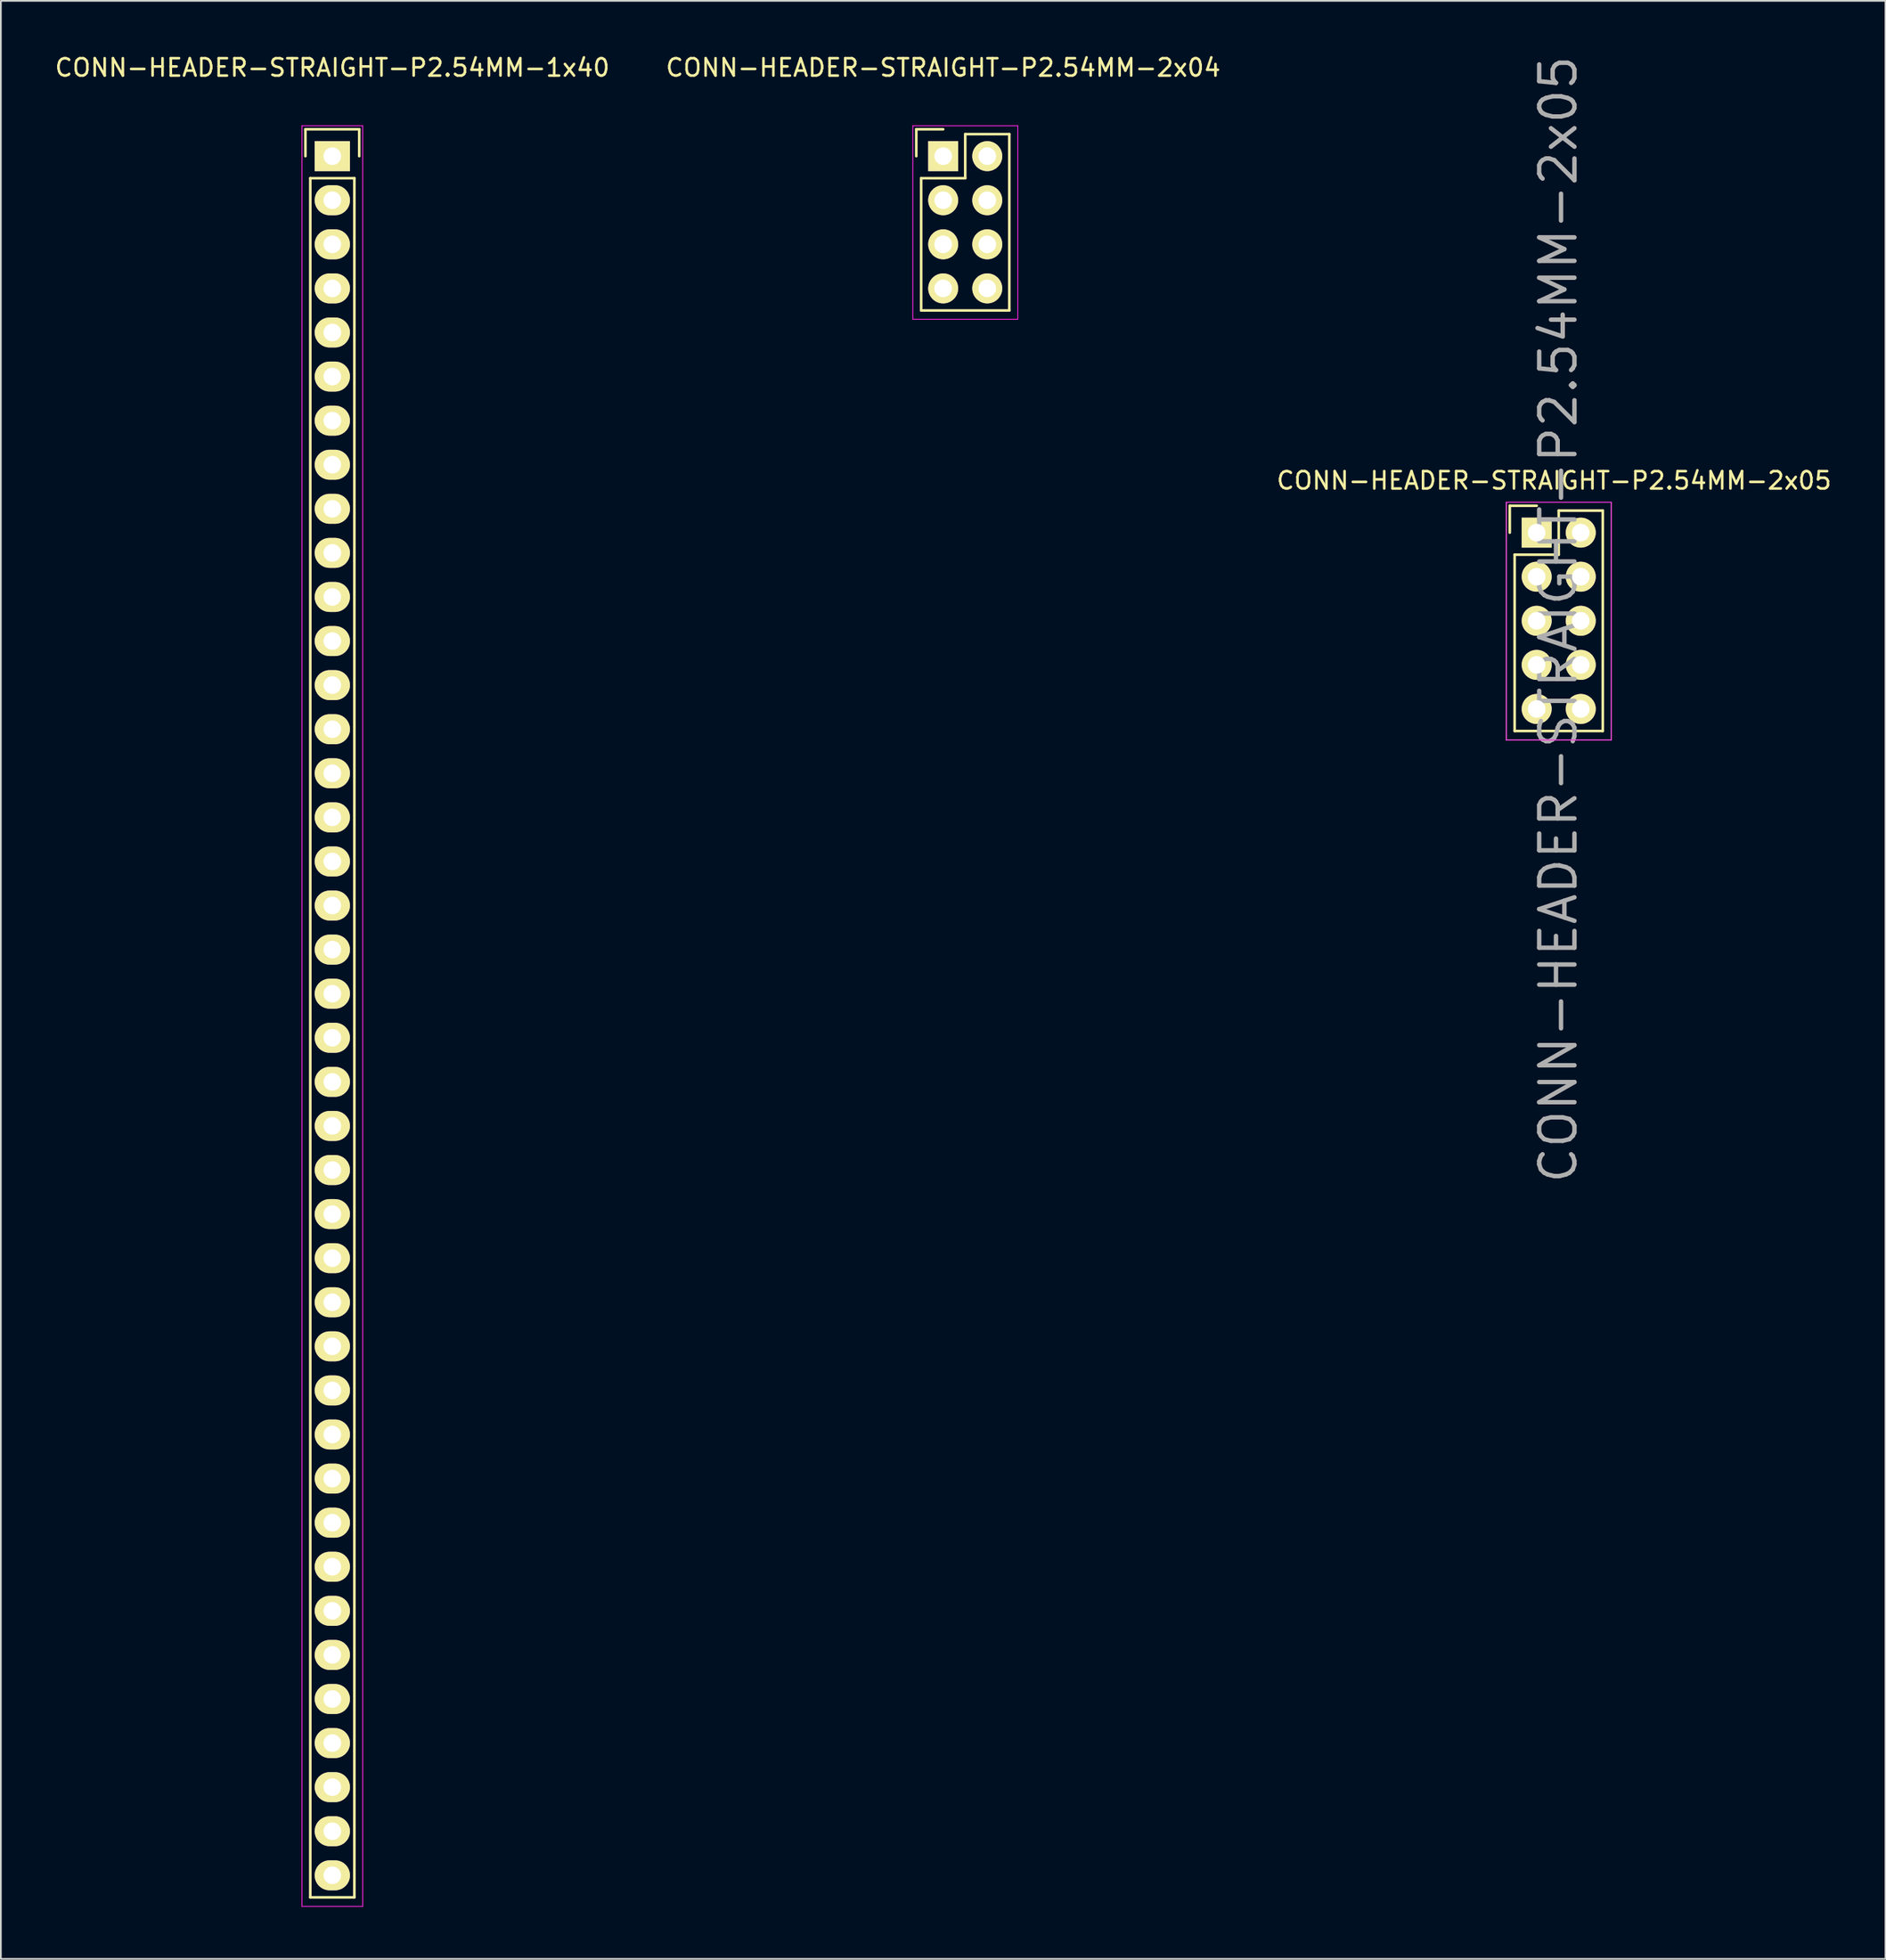
<source format=kicad_pcb>
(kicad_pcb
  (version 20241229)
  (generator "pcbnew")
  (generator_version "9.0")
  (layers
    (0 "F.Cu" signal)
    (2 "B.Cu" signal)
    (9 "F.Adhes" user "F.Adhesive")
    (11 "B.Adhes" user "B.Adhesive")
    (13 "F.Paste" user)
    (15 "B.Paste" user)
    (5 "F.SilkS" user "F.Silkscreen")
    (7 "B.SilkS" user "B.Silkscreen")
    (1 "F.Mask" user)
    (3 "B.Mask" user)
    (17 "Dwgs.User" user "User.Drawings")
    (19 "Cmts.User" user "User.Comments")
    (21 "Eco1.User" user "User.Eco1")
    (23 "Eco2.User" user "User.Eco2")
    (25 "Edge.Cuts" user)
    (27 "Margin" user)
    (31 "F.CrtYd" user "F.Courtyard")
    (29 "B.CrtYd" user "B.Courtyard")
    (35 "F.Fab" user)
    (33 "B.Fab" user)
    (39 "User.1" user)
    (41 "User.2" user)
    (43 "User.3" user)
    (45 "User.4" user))
  (footprint "CONN-HEADER-STRAIGHT-P2.54MM-1x40"
    (layer "F.Cu")
    (at 16.101 5.948)
    (property "Reference" "CONN-HEADER-STRAIGHT-P2.54MM-1x40" (at 0 -5.1 0) (layer "F.SilkS") (effects (font (size 1 1) (thickness 0.15))))
    (attr through_hole)
    (fp_line (start -1.55 -1.55) (end 1.55 -1.55) (stroke (width 0.15) (type solid)) (layer "F.SilkS"))
    (fp_line (start -1.55 0) (end -1.55 -1.55) (stroke (width 0.15) (type solid)) (layer "F.SilkS"))
    (fp_line (start -1.27 1.27) (end -1.27 100.33) (stroke (width 0.15) (type solid)) (layer "F.SilkS"))
    (fp_line (start -1.27 100.33) (end 1.27 100.33) (stroke (width 0.15) (type solid)) (layer "F.SilkS"))
    (fp_line (start 1.27 1.27) (end -1.27 1.27) (stroke (width 0.15) (type solid)) (layer "F.SilkS"))
    (fp_line (start 1.27 100.33) (end 1.27 1.27) (stroke (width 0.15) (type solid)) (layer "F.SilkS"))
    (fp_line (start 1.55 -1.55) (end 1.55 0) (stroke (width 0.15) (type solid)) (layer "F.SilkS"))
    (fp_line (start -1.75 -1.75) (end -1.75 100.85) (stroke (width 0.05) (type solid)) (layer "F.CrtYd"))
    (fp_line (start -1.75 -1.75) (end 1.75 -1.75) (stroke (width 0.05) (type solid)) (layer "F.CrtYd"))
    (fp_line (start -1.75 100.85) (end 1.75 100.85) (stroke (width 0.05) (type solid)) (layer "F.CrtYd"))
    (fp_line (start 1.75 -1.75) (end 1.75 100.85) (stroke (width 0.05) (type solid)) (layer "F.CrtYd"))
    (pad "1" thru_hole rect (at 0 0) (size 2.032 1.727) (drill 1.016) (layers "*.Cu" "*.Mask" "F.SilkS"))
    (pad "2" thru_hole oval (at 0 2.54) (size 2.032 1.727) (drill 1.016) (layers "*.Cu" "*.Mask" "F.SilkS"))
    (pad "3" thru_hole oval (at 0 5.08) (size 2.032 1.727) (drill 1.016) (layers "*.Cu" "*.Mask" "F.SilkS"))
    (pad "4" thru_hole oval (at 0 7.62) (size 2.032 1.727) (drill 1.016) (layers "*.Cu" "*.Mask" "F.SilkS"))
    (pad "5" thru_hole oval (at 0 10.16) (size 2.032 1.727) (drill 1.016) (layers "*.Cu" "*.Mask" "F.SilkS"))
    (pad "6" thru_hole oval (at 0 12.7) (size 2.032 1.727) (drill 1.016) (layers "*.Cu" "*.Mask" "F.SilkS"))
    (pad "7" thru_hole oval (at 0 15.24) (size 2.032 1.727) (drill 1.016) (layers "*.Cu" "*.Mask" "F.SilkS"))
    (pad "8" thru_hole oval (at 0 17.78) (size 2.032 1.727) (drill 1.016) (layers "*.Cu" "*.Mask" "F.SilkS"))
    (pad "9" thru_hole oval (at 0 20.32) (size 2.032 1.727) (drill 1.016) (layers "*.Cu" "*.Mask" "F.SilkS"))
    (pad "10" thru_hole oval (at 0 22.86) (size 2.032 1.727) (drill 1.016) (layers "*.Cu" "*.Mask" "F.SilkS"))
    (pad "11" thru_hole oval (at 0 25.4) (size 2.032 1.727) (drill 1.016) (layers "*.Cu" "*.Mask" "F.SilkS"))
    (pad "12" thru_hole oval (at 0 27.94) (size 2.032 1.727) (drill 1.016) (layers "*.Cu" "*.Mask" "F.SilkS"))
    (pad "13" thru_hole oval (at 0 30.48) (size 2.032 1.727) (drill 1.016) (layers "*.Cu" "*.Mask" "F.SilkS"))
    (pad "14" thru_hole oval (at 0 33.02) (size 2.032 1.727) (drill 1.016) (layers "*.Cu" "*.Mask" "F.SilkS"))
    (pad "15" thru_hole oval (at 0 35.56) (size 2.032 1.727) (drill 1.016) (layers "*.Cu" "*.Mask" "F.SilkS"))
    (pad "16" thru_hole oval (at 0 38.1) (size 2.032 1.727) (drill 1.016) (layers "*.Cu" "*.Mask" "F.SilkS"))
    (pad "17" thru_hole oval (at 0 40.64) (size 2.032 1.727) (drill 1.016) (layers "*.Cu" "*.Mask" "F.SilkS"))
    (pad "18" thru_hole oval (at 0 43.18) (size 2.032 1.727) (drill 1.016) (layers "*.Cu" "*.Mask" "F.SilkS"))
    (pad "19" thru_hole oval (at 0 45.72) (size 2.032 1.727) (drill 1.016) (layers "*.Cu" "*.Mask" "F.SilkS"))
    (pad "20" thru_hole oval (at 0 48.26) (size 2.032 1.727) (drill 1.016) (layers "*.Cu" "*.Mask" "F.SilkS"))
    (pad "21" thru_hole oval (at 0 50.8) (size 2.032 1.727) (drill 1.016) (layers "*.Cu" "*.Mask" "F.SilkS"))
    (pad "22" thru_hole oval (at 0 53.34) (size 2.032 1.727) (drill 1.016) (layers "*.Cu" "*.Mask" "F.SilkS"))
    (pad "23" thru_hole oval (at 0 55.88) (size 2.032 1.727) (drill 1.016) (layers "*.Cu" "*.Mask" "F.SilkS"))
    (pad "24" thru_hole oval (at 0 58.42) (size 2.032 1.727) (drill 1.016) (layers "*.Cu" "*.Mask" "F.SilkS"))
    (pad "25" thru_hole oval (at 0 60.96) (size 2.032 1.727) (drill 1.016) (layers "*.Cu" "*.Mask" "F.SilkS"))
    (pad "26" thru_hole oval (at 0 63.5) (size 2.032 1.727) (drill 1.016) (layers "*.Cu" "*.Mask" "F.SilkS"))
    (pad "27" thru_hole oval (at 0 66.04) (size 2.032 1.727) (drill 1.016) (layers "*.Cu" "*.Mask" "F.SilkS"))
    (pad "28" thru_hole oval (at 0 68.58) (size 2.032 1.727) (drill 1.016) (layers "*.Cu" "*.Mask" "F.SilkS"))
    (pad "29" thru_hole oval (at 0 71.12) (size 2.032 1.727) (drill 1.016) (layers "*.Cu" "*.Mask" "F.SilkS"))
    (pad "30" thru_hole oval (at 0 73.66) (size 2.032 1.727) (drill 1.016) (layers "*.Cu" "*.Mask" "F.SilkS"))
    (pad "31" thru_hole oval (at 0 76.2) (size 2.032 1.727) (drill 1.016) (layers "*.Cu" "*.Mask" "F.SilkS"))
    (pad "32" thru_hole oval (at 0 78.74) (size 2.032 1.727) (drill 1.016) (layers "*.Cu" "*.Mask" "F.SilkS"))
    (pad "33" thru_hole oval (at 0 81.28) (size 2.032 1.727) (drill 1.016) (layers "*.Cu" "*.Mask" "F.SilkS"))
    (pad "34" thru_hole oval (at 0 83.82) (size 2.032 1.727) (drill 1.016) (layers "*.Cu" "*.Mask" "F.SilkS"))
    (pad "35" thru_hole oval (at 0 86.36) (size 2.032 1.727) (drill 1.016) (layers "*.Cu" "*.Mask" "F.SilkS"))
    (pad "36" thru_hole oval (at 0 88.9) (size 2.032 1.727) (drill 1.016) (layers "*.Cu" "*.Mask" "F.SilkS"))
    (pad "37" thru_hole oval (at 0 91.44) (size 2.032 1.727) (drill 1.016) (layers "*.Cu" "*.Mask" "F.SilkS"))
    (pad "38" thru_hole oval (at 0 93.98) (size 2.032 1.727) (drill 1.016) (layers "*.Cu" "*.Mask" "F.SilkS"))
    (pad "39" thru_hole oval (at 0 96.52) (size 2.032 1.727) (drill 1.016) (layers "*.Cu" "*.Mask" "F.SilkS"))
    (pad "40" thru_hole oval (at 0 99.06) (size 2.032 1.727) (drill 1.016) (layers "*.Cu" "*.Mask" "F.SilkS")))
  (footprint "CONN-HEADER-STRAIGHT-P2.54MM-2x04"
    (layer "F.Cu")
    (at 51.304 5.948)
    (property "Reference" "CONN-HEADER-STRAIGHT-P2.54MM-2x04" (at 0 -5.1 0) (layer "F.SilkS") (effects (font (size 1 1) (thickness 0.15))))
    (attr through_hole)
    (fp_line (start -1.55 -1.55) (end -1.55 0) (stroke (width 0.15) (type solid)) (layer "F.SilkS"))
    (fp_line (start -1.27 1.27) (end -1.27 8.89) (stroke (width 0.15) (type solid)) (layer "F.SilkS"))
    (fp_line (start -1.27 8.89) (end 3.81 8.89) (stroke (width 0.15) (type solid)) (layer "F.SilkS"))
    (fp_line (start 0 -1.55) (end -1.55 -1.55) (stroke (width 0.15) (type solid)) (layer "F.SilkS"))
    (fp_line (start 1.27 -1.27) (end 1.27 1.27) (stroke (width 0.15) (type solid)) (layer "F.SilkS"))
    (fp_line (start 1.27 1.27) (end -1.27 1.27) (stroke (width 0.15) (type solid)) (layer "F.SilkS"))
    (fp_line (start 3.81 -1.27) (end 1.27 -1.27) (stroke (width 0.15) (type solid)) (layer "F.SilkS"))
    (fp_line (start 3.81 8.89) (end 3.81 -1.27) (stroke (width 0.15) (type solid)) (layer "F.SilkS"))
    (fp_line (start -1.75 -1.75) (end -1.75 9.4) (stroke (width 0.05) (type solid)) (layer "F.CrtYd"))
    (fp_line (start -1.75 -1.75) (end 4.3 -1.75) (stroke (width 0.05) (type solid)) (layer "F.CrtYd"))
    (fp_line (start -1.75 9.4) (end 4.3 9.4) (stroke (width 0.05) (type solid)) (layer "F.CrtYd"))
    (fp_line (start 4.3 -1.75) (end 4.3 9.4) (stroke (width 0.05) (type solid)) (layer "F.CrtYd"))
    (pad "1" thru_hole rect (at 0 0) (size 1.727 1.727) (drill 1.016) (layers "*.Cu" "*.Mask" "F.SilkS"))
    (pad "2" thru_hole oval (at 2.54 0) (size 1.727 1.727) (drill 1.016) (layers "*.Cu" "*.Mask" "F.SilkS"))
    (pad "3" thru_hole oval (at 0 2.54) (size 1.727 1.727) (drill 1.016) (layers "*.Cu" "*.Mask" "F.SilkS"))
    (pad "4" thru_hole oval (at 2.54 2.54) (size 1.727 1.727) (drill 1.016) (layers "*.Cu" "*.Mask" "F.SilkS"))
    (pad "5" thru_hole oval (at 0 5.08) (size 1.727 1.727) (drill 1.016) (layers "*.Cu" "*.Mask" "F.SilkS"))
    (pad "6" thru_hole oval (at 2.54 5.08) (size 1.727 1.727) (drill 1.016) (layers "*.Cu" "*.Mask" "F.SilkS"))
    (pad "7" thru_hole oval (at 0 7.62) (size 1.727 1.727) (drill 1.016) (layers "*.Cu" "*.Mask" "F.SilkS"))
    (pad "8" thru_hole oval (at 2.54 7.62) (size 1.727 1.727) (drill 1.016) (layers "*.Cu" "*.Mask" "F.SilkS")))
  (footprint "CONN-HEADER-STRAIGHT-P2.54MM-2x05"
    (layer "F.Cu")
    (at 85.506 27.641)
    (property "Reference" "CONN-HEADER-STRAIGHT-P2.54MM-2x05" (at 1.25 5 90) (layer "F.Fab") (effects (font (size 2.032 2.032) (thickness 0.254))))
    (attr through_hole)
    (fp_line (start -1.55 -1.55) (end -1.55 0) (stroke (width 0.15) (type solid)) (layer "F.SilkS"))
    (fp_line (start -1.27 11.43) (end -1.27 1.27) (stroke (width 0.15) (type solid)) (layer "F.SilkS"))
    (fp_line (start 0 -1.55) (end -1.55 -1.55) (stroke (width 0.15) (type solid)) (layer "F.SilkS"))
    (fp_line (start 1.27 -1.27) (end 1.27 1.27) (stroke (width 0.15) (type solid)) (layer "F.SilkS"))
    (fp_line (start 1.27 1.27) (end -1.27 1.27) (stroke (width 0.15) (type solid)) (layer "F.SilkS"))
    (fp_line (start 3.81 -1.27) (end 1.27 -1.27) (stroke (width 0.15) (type solid)) (layer "F.SilkS"))
    (fp_line (start 3.81 -1.27) (end 3.81 11.43) (stroke (width 0.15) (type solid)) (layer "F.SilkS"))
    (fp_line (start 3.81 11.43) (end -1.27 11.43) (stroke (width 0.15) (type solid)) (layer "F.SilkS"))
    (fp_line (start -1.75 -1.75) (end -1.75 11.95) (stroke (width 0.05) (type solid)) (layer "F.CrtYd"))
    (fp_line (start -1.75 -1.75) (end 4.3 -1.75) (stroke (width 0.05) (type solid)) (layer "F.CrtYd"))
    (fp_line (start -1.75 11.95) (end 4.3 11.95) (stroke (width 0.05) (type solid)) (layer "F.CrtYd"))
    (fp_line (start 4.3 -1.75) (end 4.3 11.95) (stroke (width 0.05) (type solid)) (layer "F.CrtYd"))
    (fp_line (start -1.75 -1.75) (end -1.75 11.95) (stroke (width 0.05) (type solid)) (layer "F.Fab"))
    (fp_line (start -1.75 -1.75) (end 4.3 -1.75) (stroke (width 0.05) (type solid)) (layer "F.Fab"))
    (fp_line (start -1.75 11.95) (end 4.3 11.95) (stroke (width 0.05) (type solid)) (layer "F.Fab"))
    (fp_line (start 4.3 -1.75) (end 4.3 11.95) (stroke (width 0.05) (type solid)) (layer "F.Fab"))
    (fp_text user "${REFERENCE}" (at 1 -3 0) (layer "F.SilkS") (effects (font (size 1 1) (thickness 0.15))))
    (pad "1" thru_hole rect (at 0 0) (size 1.727 1.727) (drill 1.016) (layers "*.Cu" "*.Mask" "F.SilkS"))
    (pad "2" thru_hole oval (at 2.54 0) (size 1.727 1.727) (drill 1.016) (layers "*.Cu" "*.Mask" "F.SilkS"))
    (pad "3" thru_hole oval (at 0 2.54) (size 1.727 1.727) (drill 1.016) (layers "*.Cu" "*.Mask" "F.SilkS"))
    (pad "4" thru_hole oval (at 2.54 2.54) (size 1.727 1.727) (drill 1.016) (layers "*.Cu" "*.Mask" "F.SilkS"))
    (pad "5" thru_hole oval (at 0 5.08) (size 1.727 1.727) (drill 1.016) (layers "*.Cu" "*.Mask" "F.SilkS"))
    (pad "6" thru_hole oval (at 2.54 5.08) (size 1.727 1.727) (drill 1.016) (layers "*.Cu" "*.Mask" "F.SilkS"))
    (pad "7" thru_hole oval (at 0 7.62) (size 1.727 1.727) (drill 1.016) (layers "*.Cu" "*.Mask" "F.SilkS"))
    (pad "8" thru_hole oval (at 2.54 7.62) (size 1.727 1.727) (drill 1.016) (layers "*.Cu" "*.Mask" "F.SilkS"))
    (pad "9" thru_hole oval (at 0 10.16) (size 1.727 1.727) (drill 1.016) (layers "*.Cu" "*.Mask" "F.SilkS"))
    (pad "10" thru_hole oval (at 2.54 10.16) (size 1.727 1.727) (drill 1.016) (layers "*.Cu" "*.Mask" "F.SilkS")))
  (gr_rect
    (start -3 -3)
    (end 105.607 109.823)
    (stroke (width 0.1) (type default))
    (fill no)
    (layer "Edge.Cuts")))
</source>
